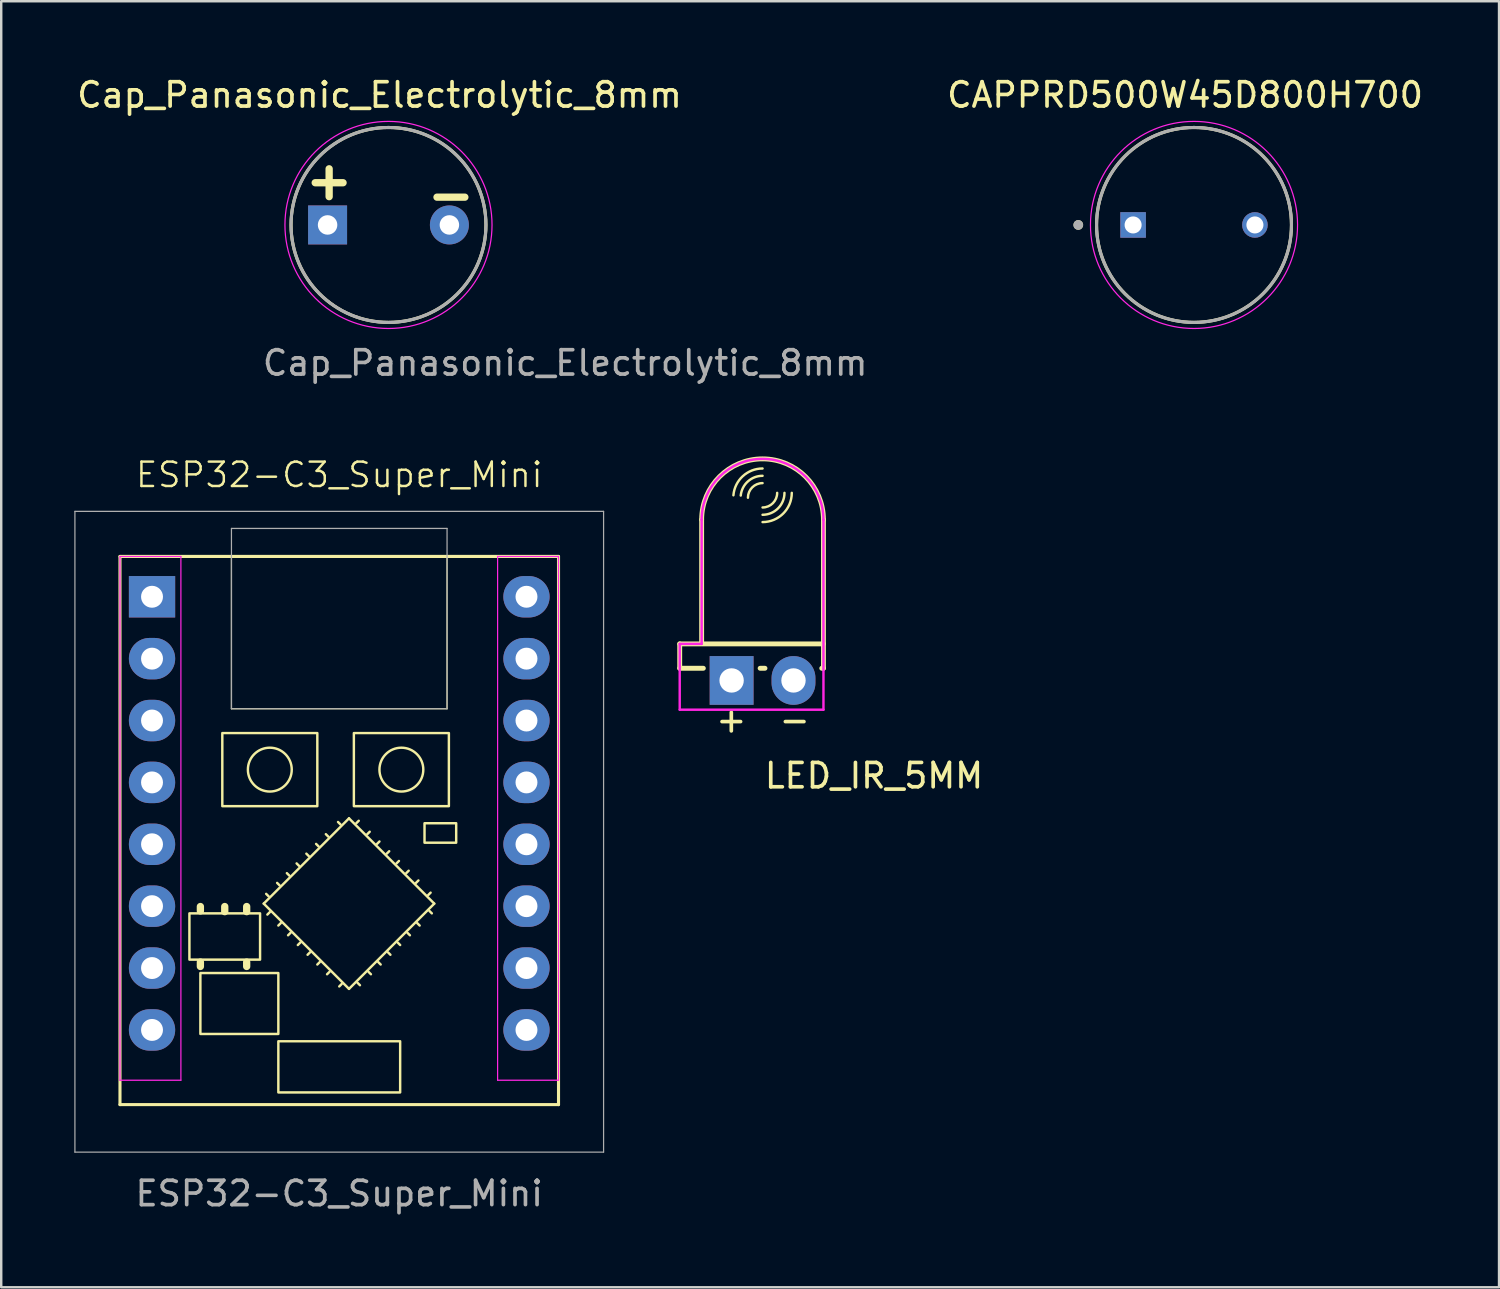
<source format=kicad_pcb>
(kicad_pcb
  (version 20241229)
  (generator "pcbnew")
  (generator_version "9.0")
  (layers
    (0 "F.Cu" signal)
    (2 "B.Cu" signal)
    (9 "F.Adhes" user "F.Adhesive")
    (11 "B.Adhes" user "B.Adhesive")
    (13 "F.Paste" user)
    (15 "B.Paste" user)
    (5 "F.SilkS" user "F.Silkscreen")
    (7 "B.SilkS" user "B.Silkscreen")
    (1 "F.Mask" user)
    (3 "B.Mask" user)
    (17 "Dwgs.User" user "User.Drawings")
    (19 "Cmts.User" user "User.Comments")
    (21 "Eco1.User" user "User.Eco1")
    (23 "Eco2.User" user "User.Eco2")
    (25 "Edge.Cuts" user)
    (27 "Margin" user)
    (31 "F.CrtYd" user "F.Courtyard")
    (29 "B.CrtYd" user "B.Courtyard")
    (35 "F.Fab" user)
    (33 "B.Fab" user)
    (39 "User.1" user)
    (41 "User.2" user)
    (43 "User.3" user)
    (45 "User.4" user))
  (footprint "ESP32-C3_Super_Mini"
    (layer "F.Cu")
    (at 10.875 31.04)
    (property "Reference" "ESP32-C3_Super_Mini" (at 0 -14.6 0) (unlocked yes) (layer "F.SilkS") (effects (font (size 1 1) (thickness 0.1))))
    (attr board_only exclude_from_pos_files exclude_from_bom)
    (fp_line (start -9 -11.25) (end 9 -11.25) (stroke (width 0.127) (type solid)) (layer "F.SilkS"))
    (fp_line (start -9 11.25) (end -9 -11.25) (stroke (width 0.127) (type solid)) (layer "F.SilkS"))
    (fp_line (start -5.7 3.3) (end -5.7 3.12) (stroke (width 0.3) (type solid)) (layer "F.SilkS"))
    (fp_line (start -5.7 5.58) (end -5.7 5.4) (stroke (width 0.3) (type solid)) (layer "F.SilkS"))
    (fp_line (start -4.7 3.33) (end -4.7 3.12) (stroke (width 0.3) (type solid)) (layer "F.SilkS"))
    (fp_line (start -4.425 -5) (end -4.425 -11.25) (stroke (width 0.05) (type solid)) (layer "F.SilkS"))
    (fp_line (start -4.425 -5) (end 4.425 -5) (stroke (width 0.05) (type solid)) (layer "F.SilkS"))
    (fp_line (start -3.8 3.33) (end -3.8 3.12) (stroke (width 0.3) (type solid)) (layer "F.SilkS"))
    (fp_line (start -3.8 5.58) (end -3.8 5.4) (stroke (width 0.3) (type solid)) (layer "F.SilkS"))
    (fp_line (start -3.1 3) (end 0.4 6.5) (stroke (width 0.1) (type default)) (layer "F.SilkS"))
    (fp_line (start -2.95 3.45) (end -2.85 3.35) (stroke (width 0.1) (type default)) (layer "F.SilkS"))
    (fp_line (start -2.9 2.7) (end -3 2.6) (stroke (width 0.1) (type default)) (layer "F.SilkS"))
    (fp_line (start -2.5 3.9) (end -2.4 3.8) (stroke (width 0.1) (type default)) (layer "F.SilkS"))
    (fp_line (start -2.45 2.25) (end -2.55 2.15) (stroke (width 0.1) (type default)) (layer "F.SilkS"))
    (fp_line (start -2.1 4.3) (end -2 4.2) (stroke (width 0.1) (type default)) (layer "F.SilkS"))
    (fp_line (start -2.05 1.85) (end -2.15 1.75) (stroke (width 0.1) (type default)) (layer "F.SilkS"))
    (fp_line (start -1.7 4.7) (end -1.6 4.6) (stroke (width 0.1) (type default)) (layer "F.SilkS"))
    (fp_line (start -1.65 1.45) (end -1.75 1.35) (stroke (width 0.1) (type default)) (layer "F.SilkS"))
    (fp_line (start -1.3 5.1) (end -1.2 5) (stroke (width 0.1) (type default)) (layer "F.SilkS"))
    (fp_line (start -1.25 1.05) (end -1.35 0.95) (stroke (width 0.1) (type default)) (layer "F.SilkS"))
    (fp_line (start -0.9 5.5) (end -0.8 5.4) (stroke (width 0.1) (type default)) (layer "F.SilkS"))
    (fp_line (start -0.85 0.65) (end -0.95 0.55) (stroke (width 0.1) (type default)) (layer "F.SilkS"))
    (fp_line (start -0.5 5.9) (end -0.4 5.8) (stroke (width 0.1) (type default)) (layer "F.SilkS"))
    (fp_line (start -0.45 0.25) (end -0.55 0.15) (stroke (width 0.1) (type default)) (layer "F.SilkS"))
    (fp_line (start 0 6.4) (end 0.1 6.3) (stroke (width 0.1) (type default)) (layer "F.SilkS"))
    (fp_line (start 0.05 -0.25) (end -0.05 -0.35) (stroke (width 0.1) (type default)) (layer "F.SilkS"))
    (fp_line (start 0.4 -0.5) (end -3.1 3) (stroke (width 0.1) (type default)) (layer "F.SilkS"))
    (fp_line (start 0.4 6.5) (end 3.9 3) (stroke (width 0.1) (type default)) (layer "F.SilkS"))
    (fp_line (start 0.7 -0.3) (end 0.8 -0.4) (stroke (width 0.1) (type default)) (layer "F.SilkS"))
    (fp_line (start 0.85 6.35) (end 0.75 6.25) (stroke (width 0.1) (type default)) (layer "F.SilkS"))
    (fp_line (start 1.15 0.15) (end 1.25 0.05) (stroke (width 0.1) (type default)) (layer "F.SilkS"))
    (fp_line (start 1.3 5.9) (end 1.2 5.8) (stroke (width 0.1) (type default)) (layer "F.SilkS"))
    (fp_line (start 1.55 0.55) (end 1.65 0.45) (stroke (width 0.1) (type default)) (layer "F.SilkS"))
    (fp_line (start 1.7 5.5) (end 1.6 5.4) (stroke (width 0.1) (type default)) (layer "F.SilkS"))
    (fp_line (start 1.95 0.95) (end 2.05 0.85) (stroke (width 0.1) (type default)) (layer "F.SilkS"))
    (fp_line (start 2.1 5.1) (end 2 5) (stroke (width 0.1) (type default)) (layer "F.SilkS"))
    (fp_line (start 2.35 1.35) (end 2.45 1.25) (stroke (width 0.1) (type default)) (layer "F.SilkS"))
    (fp_line (start 2.5 4.7) (end 2.4 4.6) (stroke (width 0.1) (type default)) (layer "F.SilkS"))
    (fp_line (start 2.75 1.75) (end 2.85 1.65) (stroke (width 0.1) (type default)) (layer "F.SilkS"))
    (fp_line (start 2.9 4.3) (end 2.8 4.2) (stroke (width 0.1) (type default)) (layer "F.SilkS"))
    (fp_line (start 3.15 2.15) (end 3.25 2.05) (stroke (width 0.1) (type default)) (layer "F.SilkS"))
    (fp_line (start 3.3 3.9) (end 3.2 3.8) (stroke (width 0.1) (type default)) (layer "F.SilkS"))
    (fp_line (start 3.65 2.65) (end 3.75 2.55) (stroke (width 0.1) (type default)) (layer "F.SilkS"))
    (fp_line (start 3.8 3.4) (end 3.7 3.3) (stroke (width 0.1) (type default)) (layer "F.SilkS"))
    (fp_line (start 3.9 3) (end 0.4 -0.5) (stroke (width 0.1) (type default)) (layer "F.SilkS"))
    (fp_line (start 4.425 -5) (end 4.425 -11.25) (stroke (width 0.05) (type solid)) (layer "F.SilkS"))
    (fp_line (start 9 -11.25) (end 9 11.25) (stroke (width 0.127) (type solid)) (layer "F.SilkS"))
    (fp_line (start 9 11.25) (end -9 11.25) (stroke (width 0.127) (type solid)) (layer "F.SilkS"))
    (fp_rect (start -6.15 3.4) (end -3.25 5.3) (stroke (width 0.1) (type default)) (fill no) (layer "F.SilkS"))
    (fp_rect (start -5.7 5.85) (end -2.5 8.35) (stroke (width 0.1) (type default)) (fill no) (layer "F.SilkS"))
    (fp_rect (start -4.8 -4) (end -0.9 -1) (stroke (width 0.1) (type solid)) (fill no) (layer "F.SilkS"))
    (fp_rect (start -2.5 8.65) (end 2.5 10.75) (stroke (width 0.1) (type default)) (fill no) (layer "F.SilkS"))
    (fp_rect (start 0.6 -4) (end 4.5 -1) (stroke (width 0.1) (type solid)) (fill no) (layer "F.SilkS"))
    (fp_rect (start 3.5 -0.3) (end 4.8 0.5) (stroke (width 0.1) (type default)) (fill no) (layer "F.SilkS"))
    (fp_circle (center -2.85 -2.5) (end -2.85 -3.4) (stroke (width 0.1) (type default)) (fill no) (layer "F.SilkS"))
    (fp_circle (center 2.55 -2.5) (end 2.55 -3.4) (stroke (width 0.1) (type default)) (fill no) (layer "F.SilkS"))
    (fp_line (start -9 -11.25) (end -6.5 -11.25) (stroke (width 0.05) (type solid)) (layer "F.CrtYd"))
    (fp_line (start -9 10.25) (end -9 -11.25) (stroke (width 0.05) (type solid)) (layer "F.CrtYd"))
    (fp_line (start -9 10.25) (end -6.5 10.25) (stroke (width 0.05) (type solid)) (layer "F.CrtYd"))
    (fp_line (start -6.5 -11.25) (end -6.5 10.25) (stroke (width 0.05) (type solid)) (layer "F.CrtYd"))
    (fp_line (start 6.5 -11.25) (end 9 -11.25) (stroke (width 0.05) (type solid)) (layer "F.CrtYd"))
    (fp_line (start 6.5 10.25) (end 6.5 -11.25) (stroke (width 0.05) (type solid)) (layer "F.CrtYd"))
    (fp_line (start 6.5 10.25) (end 9 10.25) (stroke (width 0.05) (type solid)) (layer "F.CrtYd"))
    (fp_line (start 9 -11.25) (end 9 10.25) (stroke (width 0.05) (type solid)) (layer "F.CrtYd"))
    (fp_line (start -10.85 -13.1) (end -10.85 13.2) (stroke (width 0.05) (type default)) (layer "F.Fab"))
    (fp_line (start -10.85 -13.1) (end 10.85 -13.1) (stroke (width 0.05) (type default)) (layer "F.Fab"))
    (fp_line (start -4.425 -12.4) (end 4.425 -12.4) (stroke (width 0.05) (type solid)) (layer "F.Fab"))
    (fp_line (start -4.425 -5) (end -4.425 -12.4) (stroke (width 0.05) (type solid)) (layer "F.Fab"))
    (fp_line (start -4.425 -5) (end 4.425 -5) (stroke (width 0.05) (type solid)) (layer "F.Fab"))
    (fp_line (start 4.425 -5) (end 4.425 -12.4) (stroke (width 0.05) (type solid)) (layer "F.Fab"))
    (fp_line (start 10.85 -13.1) (end 10.85 13.2) (stroke (width 0.05) (type default)) (layer "F.Fab"))
    (fp_line (start 10.85 13.2) (end -10.85 13.2) (stroke (width 0.05) (type default)) (layer "F.Fab"))
    (fp_text user "${REFERENCE}" (at 0 14.9 0) (unlocked yes) (layer "F.Fab") (effects (font (size 1 1) (thickness 0.15))))
    (pad "1" thru_hole rect (at -7.685 -9.595) (size 1.9 1.7) (drill 0.9) (layers "*.Cu" "*.Mask"))
    (pad "2" thru_hole oval (at -7.685 -7.055) (size 1.9 1.7) (drill 0.9) (layers "*.Cu" "*.Mask"))
    (pad "3" thru_hole oval (at -7.685 -4.515) (size 1.9 1.7) (drill 0.9) (layers "*.Cu" "*.Mask"))
    (pad "4" thru_hole oval (at -7.685 -1.975) (size 1.9 1.7) (drill 0.9) (layers "*.Cu" "*.Mask"))
    (pad "5" thru_hole oval (at -7.685 0.565) (size 1.9 1.7) (drill 0.9) (layers "*.Cu" "*.Mask"))
    (pad "6" thru_hole oval (at -7.685 3.105) (size 1.9 1.7) (drill 0.9) (layers "*.Cu" "*.Mask"))
    (pad "7" thru_hole oval (at -7.685 5.645) (size 1.9 1.7) (drill 0.9) (layers "*.Cu" "*.Mask"))
    (pad "8" thru_hole oval (at -7.685 8.185) (size 1.9 1.7) (drill 0.9) (layers "*.Cu" "*.Mask"))
    (pad "9" thru_hole oval (at 7.685 8.185) (size 1.9 1.7) (drill 0.9) (layers "*.Cu" "*.Mask"))
    (pad "10" thru_hole oval (at 7.685 5.645) (size 1.9 1.7) (drill 0.9) (layers "*.Cu" "*.Mask"))
    (pad "11" thru_hole oval (at 7.685 3.105) (size 1.9 1.7) (drill 0.9) (layers "*.Cu" "*.Mask"))
    (pad "12" thru_hole oval (at 7.685 0.565) (size 1.9 1.7) (drill 0.9) (layers "*.Cu" "*.Mask"))
    (pad "13" thru_hole oval (at 7.685 -1.975) (size 1.9 1.7) (drill 0.9) (layers "*.Cu" "*.Mask"))
    (pad "14" thru_hole oval (at 7.685 -4.515) (size 1.9 1.7) (drill 0.9) (layers "*.Cu" "*.Mask"))
    (pad "15" thru_hole oval (at 7.685 -7.055) (size 1.9 1.7) (drill 0.9) (layers "*.Cu" "*.Mask"))
    (pad "16" thru_hole oval (at 7.685 -9.595) (size 1.9 1.7) (drill 0.9) (layers "*.Cu" "*.Mask")))
  (footprint "Cap_Panasonic_Electrolytic_8mm"
    (layer "F.Cu")
    (at 12.896 6.183)
    (property "Reference" "Cap_Panasonic_Electrolytic_8mm" (at -0.367 -5.335 0) (layer "F.SilkS") (effects (font (size 1 1) (thickness 0.15))))
    (attr through_hole)
    (fp_circle (center 0 0) (end 4 0) (stroke (width 0.127) (type solid)) (fill no) (layer "F.SilkS"))
    (fp_circle (center 0 0) (end 4.25 0) (stroke (width 0.05) (type solid)) (fill no) (layer "F.CrtYd"))
    (fp_circle (center 0 0) (end 4 0) (stroke (width 0.127) (type solid)) (fill no) (layer "F.Fab"))
    (fp_text user "+" (at -3.562 -0.962 0) (unlocked yes) (layer "F.SilkS") (effects (font (size 1.5 1.5) (thickness 0.3) (bold yes)) (justify left bottom)))
    (fp_text user "-" (at 1.437 -0.369 0) (unlocked yes) (layer "F.SilkS") (effects (font (size 1.5 1.5) (thickness 0.3) (bold yes)) (justify left bottom)))
    (fp_text user "${REFERENCE}" (at -5.25 6.25 0) (unlocked yes) (layer "F.Fab") (effects (font (size 1 1) (thickness 0.15)) (justify left bottom)))
    (pad "1" thru_hole rect (at -2.5 0) (size 1.6 1.6) (drill 0.8) (layers "*.Cu" "*.Mask"))
    (pad "2" thru_hole circle (at 2.5 0) (size 1.6 1.6) (drill 0.8) (layers "*.Cu" "*.Mask")))
  (footprint "LED_IR_5MM"
    (layer "F.Cu")
    (at 28.25 24.88)
    (property "Reference" "LED_IR_5MM" (at 0 4.495 0) (unlocked yes) (layer "F.SilkS") (effects (font (size 1 1) (thickness 0.15)) (justify left bottom)))
    (fp_line (start -3.4 -1.5) (end -3.4 -0.5) (stroke (width 0.2) (type solid)) (layer "F.SilkS"))
    (fp_line (start -3.4 -1.5) (end 2.5 -1.5) (stroke (width 0.2) (type solid)) (layer "F.SilkS"))
    (fp_line (start -3.4 -0.5) (end -2.43 -0.5) (stroke (width 0.2) (type solid)) (layer "F.SilkS"))
    (fp_line (start -2.5 -6.6) (end -2.5 -1.6) (stroke (width 0.2) (type solid)) (layer "F.SilkS"))
    (fp_line (start -0.1 -0.5) (end 0.1 -0.5) (stroke (width 0.2) (type solid)) (layer "F.SilkS"))
    (fp_line (start 2.43 -0.5) (end 2.5 -0.5) (stroke (width 0.2) (type solid)) (layer "F.SilkS"))
    (fp_line (start 2.5 -0.5) (end 2.5 -6.6) (stroke (width 0.2) (type solid)) (layer "F.SilkS"))
    (fp_arc (start -2.5 -6.6) (mid 0.004678 -9.099996) (end 2.499982 -6.590645) (stroke (width 0.2) (type solid)) (layer "F.SilkS"))
    (fp_arc (start -1.195855 -7.599655) (mid -0.812531 -8.383059) (end 0 -8.7) (stroke (width 0.1) (type solid)) (layer "F.SilkS"))
    (fp_arc (start -0.895533 -7.589553) (mid -0.603905 -8.167307) (end 0 -8.4) (stroke (width 0.1) (type solid)) (layer "F.SilkS"))
    (fp_arc (start -0.6 -7.5) (mid -0.424264 -7.924264) (end 0 -8.1) (stroke (width 0.1) (type solid)) (layer "F.SilkS"))
    (fp_arc (start 0.6 -7.7) (mid 0.424264 -7.275736) (end 0 -7.1) (stroke (width 0.1) (type solid)) (layer "F.SilkS"))
    (fp_arc (start 0.9 -7.7) (mid 0.636396 -7.063604) (end 0 -6.8) (stroke (width 0.1) (type solid)) (layer "F.SilkS"))
    (fp_arc (start 1.2 -7.7) (mid 0.848528 -6.851472) (end 0 -6.5) (stroke (width 0.1) (type solid)) (layer "F.SilkS"))
    (fp_line (start -3.4 -1.5) (end -3.4 1.2) (stroke (width 0.1) (type solid)) (layer "F.CrtYd"))
    (fp_line (start -2.5 -6.6) (end -2.5 -1.5) (stroke (width 0.1) (type solid)) (layer "F.CrtYd"))
    (fp_line (start -2.5 -1.5) (end -3.4 -1.5) (stroke (width 0.1) (type solid)) (layer "F.CrtYd"))
    (fp_line (start 2.5 1.2) (end -3.4 1.2) (stroke (width 0.1) (type solid)) (layer "F.CrtYd"))
    (fp_line (start 2.5 1.2) (end 2.5 -6.6) (stroke (width 0.1) (type solid)) (layer "F.CrtYd"))
    (fp_arc (start -2.5 -6.6) (mid 0.004678 -9.099996) (end 2.499982 -6.590645) (stroke (width 0.1) (type solid)) (layer "F.CrtYd"))
    (fp_text user "-" (at 0.6 2.2 0) (unlocked yes) (layer "F.SilkS") (effects (font (size 1 1) (thickness 0.15)) (justify left bottom)))
    (fp_text user "+" (at -2 2.2 0) (unlocked yes) (layer "F.SilkS") (effects (font (size 1 1) (thickness 0.15)) (justify left bottom)))
    (pad "A" thru_hole rect (at -1.27 0) (size 1.8 2) (drill 1) (layers "*.Cu" "*.Mask"))
    (pad "K" thru_hole oval (at 1.27 0) (size 1.8 2) (drill 1) (layers "*.Cu" "*.Mask")))
  (footprint "CAPPRD500W45D800H700"
    (layer "F.Cu")
    (at 45.96 6.183)
    (property "Reference" "CAPPRD500W45D800H700" (at -0.367 -5.335 0) (layer "F.SilkS") (effects (font (size 1 1) (thickness 0.15))))
    (attr through_hole)
    (fp_circle (center -4.75 0) (end -4.65 0) (stroke (width 0.2) (type solid)) (fill no) (layer "F.SilkS"))
    (fp_circle (center 0 0) (end 4 0) (stroke (width 0.127) (type solid)) (fill no) (layer "F.SilkS"))
    (fp_circle (center 0 0) (end 4.25 0) (stroke (width 0.05) (type solid)) (fill no) (layer "F.CrtYd"))
    (fp_circle (center -4.75 0) (end -4.65 0) (stroke (width 0.2) (type solid)) (fill no) (layer "F.Fab"))
    (fp_circle (center 0 0) (end 4 0) (stroke (width 0.127) (type solid)) (fill no) (layer "F.Fab"))
    (pad "N" thru_hole circle (at 2.5 0) (size 1.05 1.05) (drill 0.7) (layers "*.Cu" "*.Mask"))
    (pad "P" thru_hole rect (at -2.5 0) (size 1.05 1.05) (drill 0.7) (layers "*.Cu" "*.Mask")))
  (gr_rect
    (start -3 -3)
    (end 58.48 49.788)
    (stroke (width 0.1) (type default))
    (fill no)
    (layer "Edge.Cuts")))
</source>
